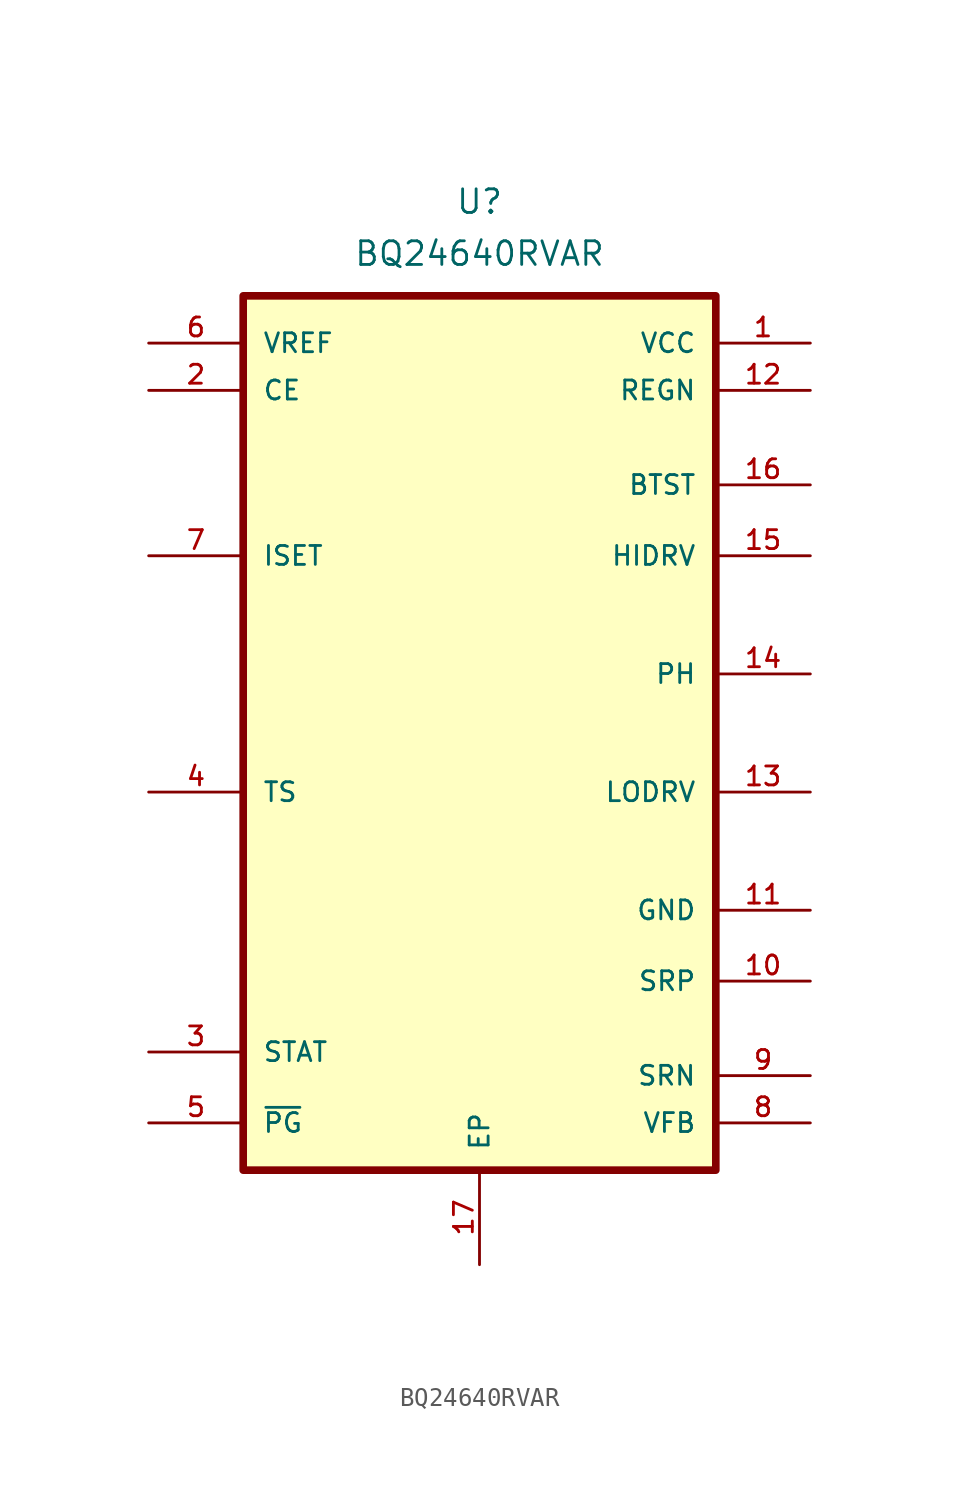
<source format=kicad_sym>
(kicad_symbol_lib
  (version 20241209)
  (generator "kicad_symbol_editor")
  (generator_version "9.0")
  (symbol "BQ24640RVAR"
    (pin_names
      (offset 1.016))
    (property "Reference" "U"
      (at 0 24.638 0)
      (effects (font (size 1.27 1.27)) (justify bottom)))
    (property "Value" "BQ24640RVAR"
      (at 0 21.844 0)
      (effects (font (size 1.27 1.27)) (justify bottom)))
    (symbol "BQ24640RVAR_0_0"
      (rectangle (start -12.7 20.32) (end 12.7 -26.67) (stroke (width 0.41) (type default)) (fill (type background)))
      (pin output line (at -17.78 17.78 0) (length 5.08) (name "VREF" (effects (font (size 1.016 1.016)))) (number "6" (effects (font (size 1.016 1.016)))))
      (pin input line (at -17.78 15.24 0) (length 5.08) (name "CE" (effects (font (size 1.016 1.016)))) (number "2" (effects (font (size 1.016 1.016)))))
      (pin input line (at -17.78 6.35 0) (length 5.08) (name "ISET" (effects (font (size 1.016 1.016)))) (number "7" (effects (font (size 1.016 1.016)))))
      (pin input line (at -17.78 -6.35 0) (length 5.08) (name "TS" (effects (font (size 1.016 1.016)))) (number "4" (effects (font (size 1.016 1.016)))))
      (pin output line (at -17.78 -20.32 0) (length 5.08) (name "STAT" (effects (font (size 1.016 1.016)))) (number "3" (effects (font (size 1.016 1.016)))))
      (pin output line (at -17.78 -24.13 0) (length 5.08) (name "~{PG}" (effects (font (size 1.016 1.016)))) (number "5" (effects (font (size 1.016 1.016)))))
      (pin power_in line (at 17.78 17.78 180) (length 5.08) (name "VCC" (effects (font (size 1.016 1.016)))) (number "1" (effects (font (size 1.016 1.016)))))
      (pin output line (at 17.78 15.24 180) (length 5.08) (name "REGN" (effects (font (size 1.016 1.016)))) (number "12" (effects (font (size 1.016 1.016)))))
      (pin power_in line (at 17.78 10.16 180) (length 5.08) (name "BTST" (effects (font (size 1.016 1.016)))) (number "16" (effects (font (size 1.016 1.016)))))
      (pin output line (at 17.78 6.35 180) (length 5.08) (name "HIDRV" (effects (font (size 1.016 1.016)))) (number "15" (effects (font (size 1.016 1.016)))))
      (pin power_in line (at 17.78 0 180) (length 5.08) (name "PH" (effects (font (size 1.016 1.016)))) (number "14" (effects (font (size 1.016 1.016)))))
      (pin output line (at 17.78 -6.35 180) (length 5.08) (name "LODRV" (effects (font (size 1.016 1.016)))) (number "13" (effects (font (size 1.016 1.016)))))
      (pin power_in line (at 17.78 -12.7 180) (length 5.08) (name "GND" (effects (font (size 1.016 1.016)))) (number "11" (effects (font (size 1.016 1.016)))))
      (pin input line (at 17.78 -16.51 180) (length 5.08) (name "SRP" (effects (font (size 1.016 1.016)))) (number "10" (effects (font (size 1.016 1.016)))))
      (pin input line (at 17.78 -21.59 180) (length 5.08) (name "SRN" (effects (font (size 1.016 1.016)))) (number "9" (effects (font (size 1.016 1.016)))))
      (pin input line (at 17.78 -24.13 180) (length 5.08) (name "VFB" (effects (font (size 1.016 1.016)))) (number "8" (effects (font (size 1.016 1.016))))))
    (symbol "BQ24640RVAR_1_0"
      (pin power_in line (at 0 -31.75 90) (length 5.08) (name "EP" (effects (font (size 1.016 1.016)))) (number "17" (effects (font (size 1.016 1.016))))))))
</source>
